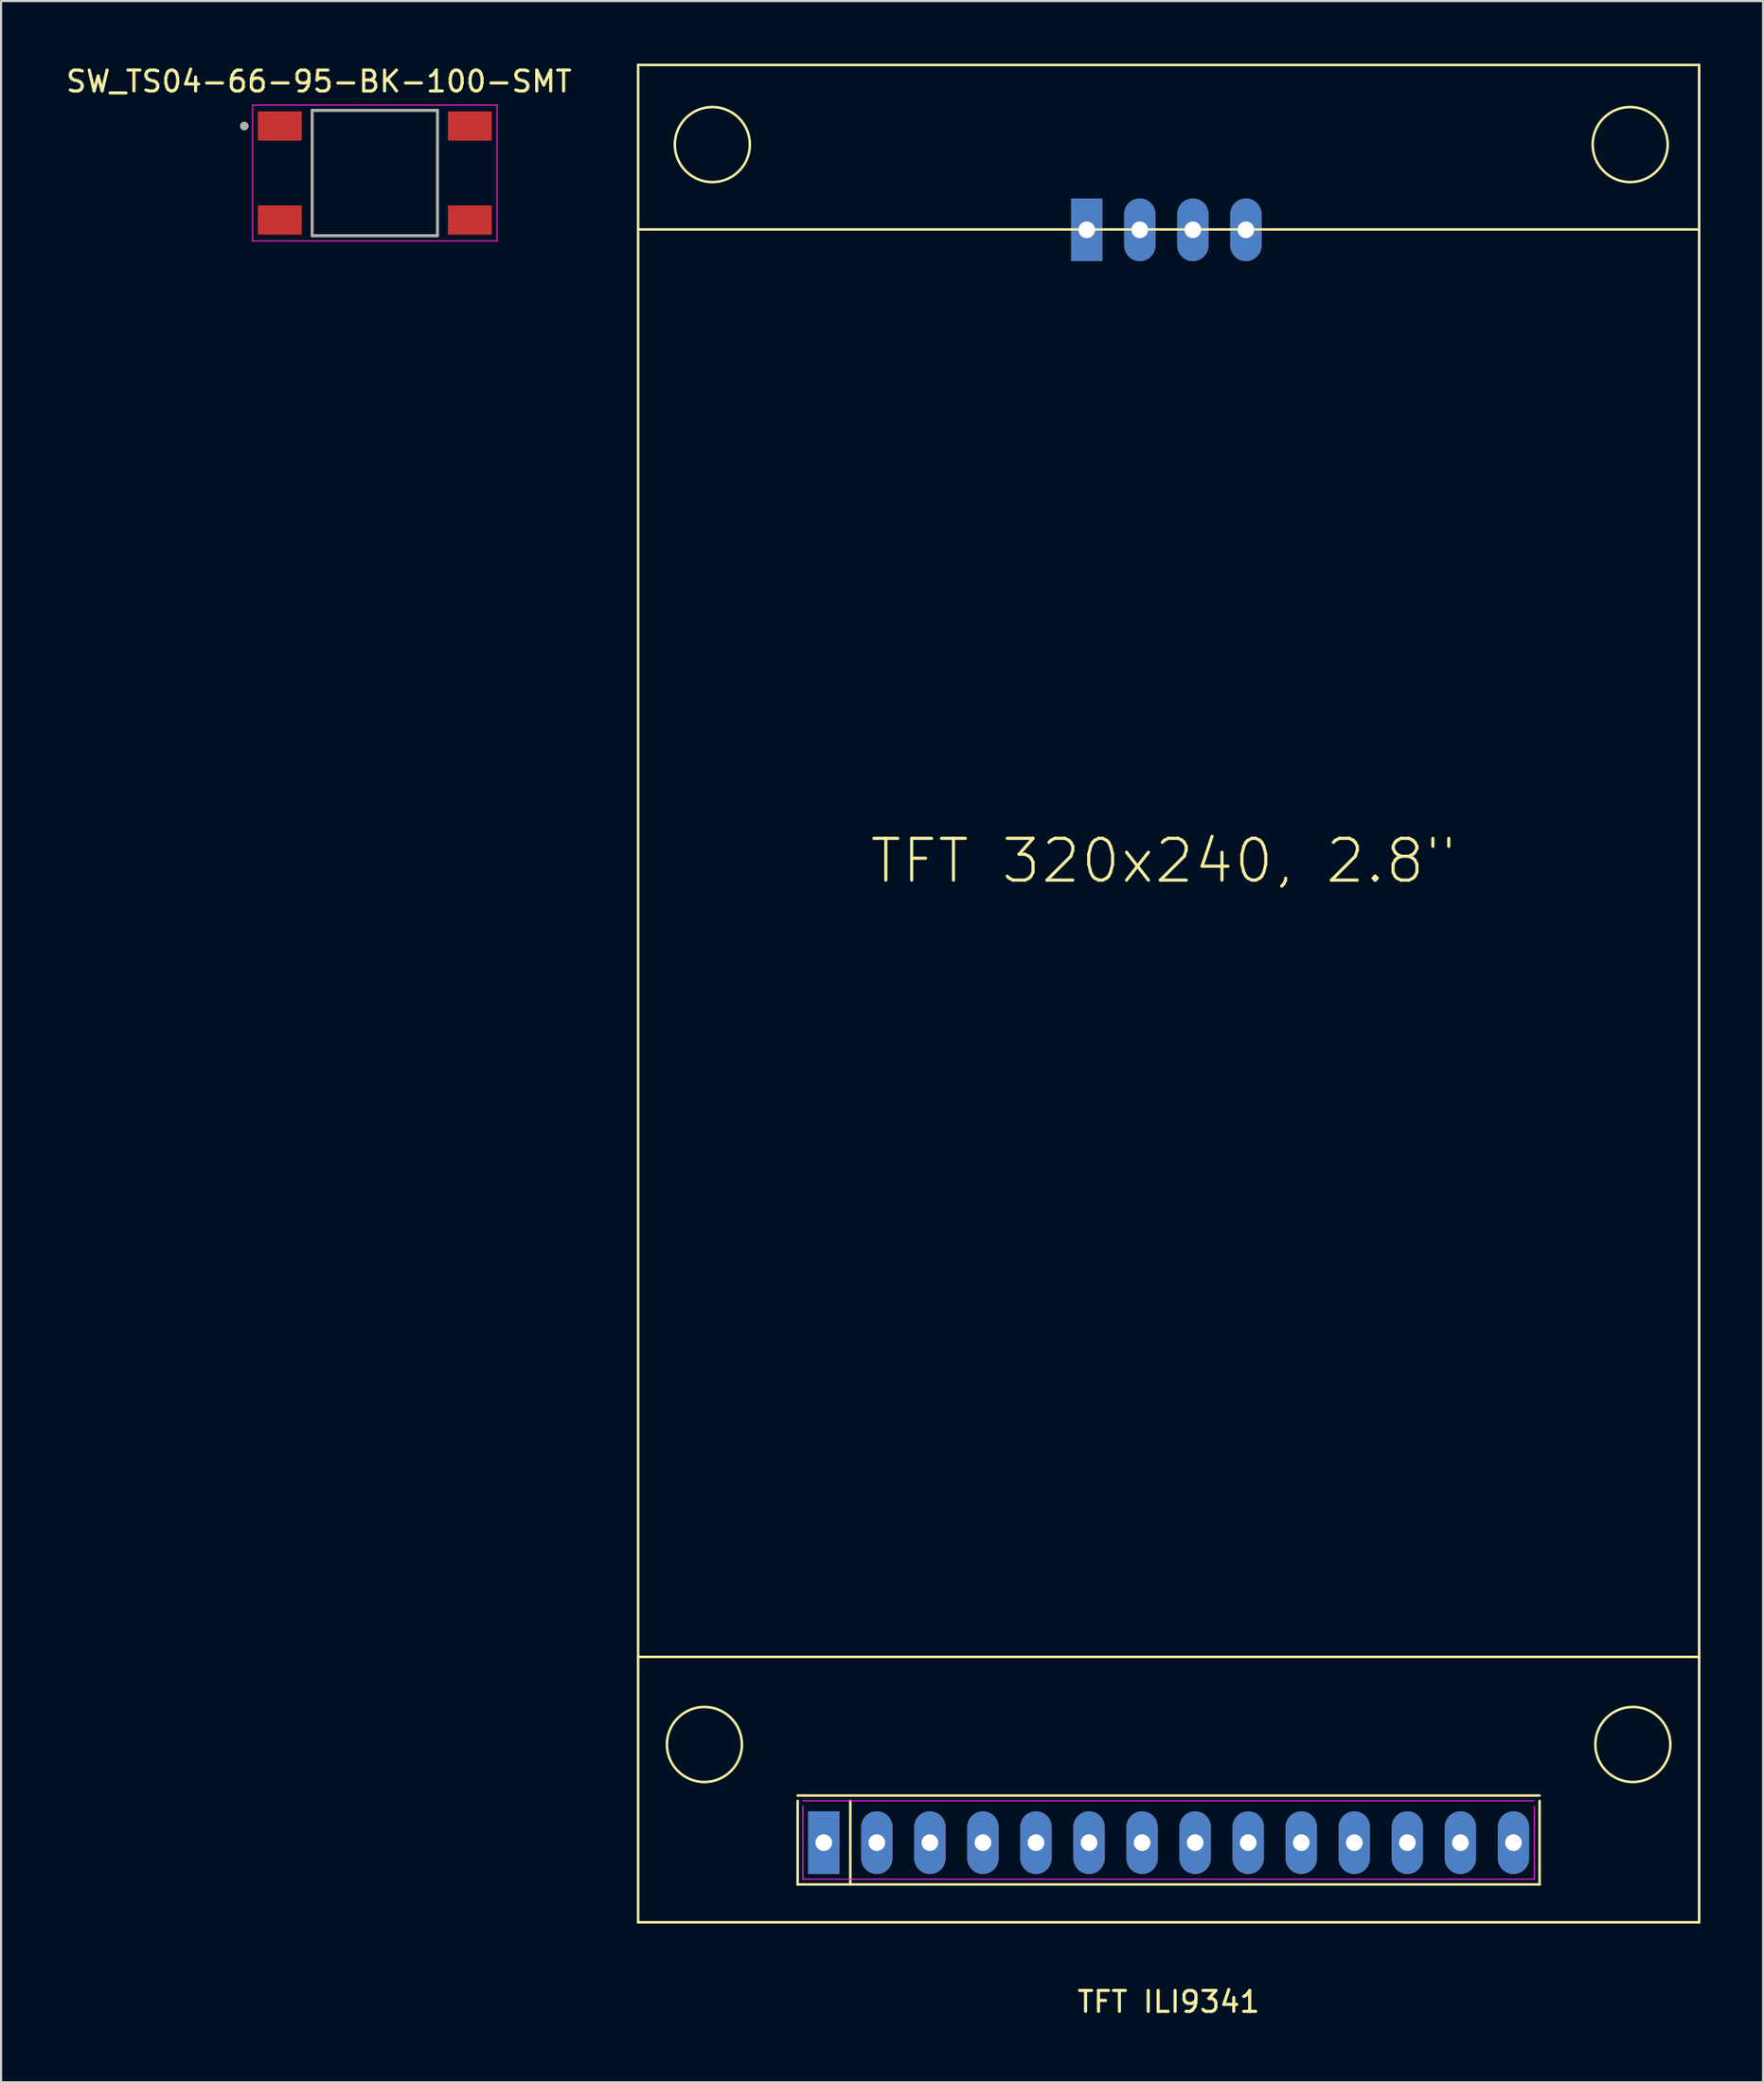
<source format=kicad_pcb>
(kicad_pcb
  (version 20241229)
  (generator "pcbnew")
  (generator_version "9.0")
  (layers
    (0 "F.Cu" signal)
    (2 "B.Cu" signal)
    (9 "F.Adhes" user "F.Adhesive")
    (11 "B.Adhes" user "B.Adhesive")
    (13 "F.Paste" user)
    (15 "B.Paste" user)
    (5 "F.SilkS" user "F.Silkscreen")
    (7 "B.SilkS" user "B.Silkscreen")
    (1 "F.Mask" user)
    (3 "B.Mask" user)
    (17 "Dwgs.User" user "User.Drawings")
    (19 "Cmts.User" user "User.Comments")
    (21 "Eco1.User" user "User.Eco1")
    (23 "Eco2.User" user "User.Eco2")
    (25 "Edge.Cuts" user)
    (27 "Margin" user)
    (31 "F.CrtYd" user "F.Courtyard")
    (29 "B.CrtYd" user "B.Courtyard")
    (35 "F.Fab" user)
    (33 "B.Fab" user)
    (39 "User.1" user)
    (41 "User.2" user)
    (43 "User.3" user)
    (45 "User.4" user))
  (footprint "TFT ILI9341"
    (layer "F.Cu")
    (at 52.9 85.15)
    (property "Reference" "TFT ILI9341" (at 0 7.62 0) (layer "F.SilkS") (effects (font (size 1 1) (thickness 0.15))))
    (attr through_hole)
    (fp_line (start -25.4 -85.09) (end -25.4 3.81) (stroke (width 0.12) (type solid)) (layer "F.SilkS"))
    (fp_line (start -25.4 -77.216) (end 25.4 -77.216) (stroke (width 0.12) (type solid)) (layer "F.SilkS"))
    (fp_line (start -25.4 -8.89) (end 25.4 -8.89) (stroke (width 0.12) (type solid)) (layer "F.SilkS"))
    (fp_line (start -25.4 3.81) (end 25.4 3.81) (stroke (width 0.12) (type solid)) (layer "F.SilkS"))
    (fp_line (start -17.76 -2.254) (end 17.76 -2.254) (stroke (width 0.12) (type solid)) (layer "F.SilkS"))
    (fp_line (start -17.76 2) (end -17.76 -2) (stroke (width 0.12) (type solid)) (layer "F.SilkS"))
    (fp_line (start -15.24 -2) (end -15.24 2) (stroke (width 0.12) (type solid)) (layer "F.SilkS"))
    (fp_line (start 17.76 -2) (end 17.76 2) (stroke (width 0.12) (type solid)) (layer "F.SilkS"))
    (fp_line (start 17.76 2) (end -17.76 2) (stroke (width 0.12) (type solid)) (layer "F.SilkS"))
    (fp_line (start 25.4 -85.09) (end -25.4 -85.09) (stroke (width 0.12) (type solid)) (layer "F.SilkS"))
    (fp_line (start 25.4 3.81) (end 25.4 -85.09) (stroke (width 0.12) (type solid)) (layer "F.SilkS"))
    (fp_circle (center -22.225 -4.699) (end -23.495 -3.429) (stroke (width 0.12) (type solid)) (fill no) (layer "F.SilkS"))
    (fp_circle (center -21.844 -81.28) (end -23.114 -82.55) (stroke (width 0.12) (type solid)) (fill no) (layer "F.SilkS"))
    (fp_circle (center 22.098 -81.28) (end 20.828 -80.01) (stroke (width 0.12) (type solid)) (fill no) (layer "F.SilkS"))
    (fp_circle (center 22.225 -4.699) (end 20.955 -3.429) (stroke (width 0.12) (type solid)) (fill no) (layer "F.SilkS"))
    (fp_line (start -17.51 -2.004) (end 17.51 -2.004) (stroke (width 0.05) (type solid)) (layer "F.CrtYd"))
    (fp_line (start -17.51 1.75) (end -17.51 -1.75) (stroke (width 0.05) (type solid)) (layer "F.CrtYd"))
    (fp_line (start 17.51 -1.75) (end 17.51 1.75) (stroke (width 0.05) (type solid)) (layer "F.CrtYd"))
    (fp_line (start 17.51 1.75) (end -17.51 1.75) (stroke (width 0.05) (type solid)) (layer "F.CrtYd"))
    (fp_text user "TFT 320x240, 2.8\"" (at -0.254 -46.99 0) (layer "F.SilkS") (effects (font (size 2 2) (thickness 0.15))))
    (pad "1" thru_hole rect (at -16.51 0) (size 1.5 3) (drill 0.8) (layers "*.Cu" "*.Mask"))
    (pad "2" thru_hole oval (at -13.97 0) (size 1.5 3) (drill 0.8) (layers "*.Cu" "*.Mask"))
    (pad "3" thru_hole oval (at -11.43 0) (size 1.5 3) (drill 0.8) (layers "*.Cu" "*.Mask"))
    (pad "4" thru_hole oval (at -8.89 0) (size 1.5 3) (drill 0.8) (layers "*.Cu" "*.Mask"))
    (pad "5" thru_hole oval (at -6.35 0) (size 1.5 3) (drill 0.8) (layers "*.Cu" "*.Mask"))
    (pad "6" thru_hole oval (at -3.81 0) (size 1.5 3) (drill 0.8) (layers "*.Cu" "*.Mask"))
    (pad "7" thru_hole oval (at -1.27 0) (size 1.5 3) (drill 0.8) (layers "*.Cu" "*.Mask"))
    (pad "8" thru_hole oval (at 1.27 0) (size 1.5 3) (drill 0.8) (layers "*.Cu" "*.Mask"))
    (pad "9" thru_hole oval (at 3.81 0) (size 1.5 3) (drill 0.8) (layers "*.Cu" "*.Mask"))
    (pad "10" thru_hole oval (at 6.35 0) (size 1.5 3) (drill 0.8) (layers "*.Cu" "*.Mask"))
    (pad "11" thru_hole oval (at 8.89 0) (size 1.5 3) (drill 0.8) (layers "*.Cu" "*.Mask"))
    (pad "12" thru_hole oval (at 11.43 0) (size 1.5 3) (drill 0.8) (layers "*.Cu" "*.Mask"))
    (pad "13" thru_hole oval (at 13.97 0) (size 1.5 3) (drill 0.8) (layers "*.Cu" "*.Mask"))
    (pad "14" thru_hole oval (at 16.51 0) (size 1.5 3) (drill 0.8) (layers "*.Cu" "*.Mask"))
    (pad "15" thru_hole rect (at -3.92 -77.2) (size 1.5 3) (drill 0.8) (layers "*.Cu" "*.Mask"))
    (pad "16" thru_hole oval (at -1.38 -77.2) (size 1.5 3) (drill 0.8) (layers "*.Cu" "*.Mask"))
    (pad "17" thru_hole oval (at 1.16 -77.2) (size 1.5 3) (drill 0.8) (layers "*.Cu" "*.Mask"))
    (pad "18" thru_hole oval (at 3.7 -77.2) (size 1.5 3) (drill 0.8) (layers "*.Cu" "*.Mask")))
  (footprint "SW_TS04-66-95-BK-100-SMT"
    (layer "F.Cu")
    (at 14.895 5.233)
    (property "Reference" "SW_TS04-66-95-BK-100-SMT" (at -2.675 -4.385 180) (layer "F.SilkS") (effects (font (size 1 1) (thickness 0.15))))
    (attr smd)
    (fp_line (start -3 -3) (end -3 3) (stroke (width 0.127) (type solid)) (layer "F.SilkS"))
    (fp_line (start -3 3) (end 3 3) (stroke (width 0.127) (type solid)) (layer "F.SilkS"))
    (fp_line (start 3 -3) (end -3 -3) (stroke (width 0.127) (type solid)) (layer "F.SilkS"))
    (fp_line (start 3 3) (end 3 -3) (stroke (width 0.127) (type solid)) (layer "F.SilkS"))
    (fp_circle (center -6.25 -2.25) (end -6.15 -2.25) (stroke (width 0.2) (type solid)) (fill no) (layer "F.SilkS"))
    (fp_line (start -5.85 -3.25) (end -5.85 3.25) (stroke (width 0.05) (type solid)) (layer "F.CrtYd"))
    (fp_line (start -5.85 3.25) (end 5.85 3.25) (stroke (width 0.05) (type solid)) (layer "F.CrtYd"))
    (fp_line (start 5.85 -3.25) (end -5.85 -3.25) (stroke (width 0.05) (type solid)) (layer "F.CrtYd"))
    (fp_line (start 5.85 3.25) (end 5.85 -3.25) (stroke (width 0.05) (type solid)) (layer "F.CrtYd"))
    (fp_line (start -3 -3) (end -3 3) (stroke (width 0.127) (type solid)) (layer "F.Fab"))
    (fp_line (start -3 3) (end 3 3) (stroke (width 0.127) (type solid)) (layer "F.Fab"))
    (fp_line (start 3 -3) (end -3 -3) (stroke (width 0.127) (type solid)) (layer "F.Fab"))
    (fp_line (start 3 3) (end 3 -3) (stroke (width 0.127) (type solid)) (layer "F.Fab"))
    (fp_circle (center -6.25 -2.25) (end -6.15 -2.25) (stroke (width 0.2) (type solid)) (fill no) (layer "F.Fab"))
    (pad "1" smd rect (at -4.55 -2.25) (size 2.1 1.4) (layers "F.Cu" "F.Mask" "F.Paste"))
    (pad "2" smd rect (at -4.55 2.25) (size 2.1 1.4) (layers "F.Cu" "F.Mask" "F.Paste"))
    (pad "3" smd rect (at 4.55 -2.25) (size 2.1 1.4) (layers "F.Cu" "F.Mask" "F.Paste"))
    (pad "4" smd rect (at 4.55 2.25) (size 2.1 1.4) (layers "F.Cu" "F.Mask" "F.Paste")))
  (gr_rect
    (start -3 -3)
    (end 81.36 96.618)
    (stroke (width 0.1) (type default))
    (fill no)
    (layer "Edge.Cuts")))
</source>
